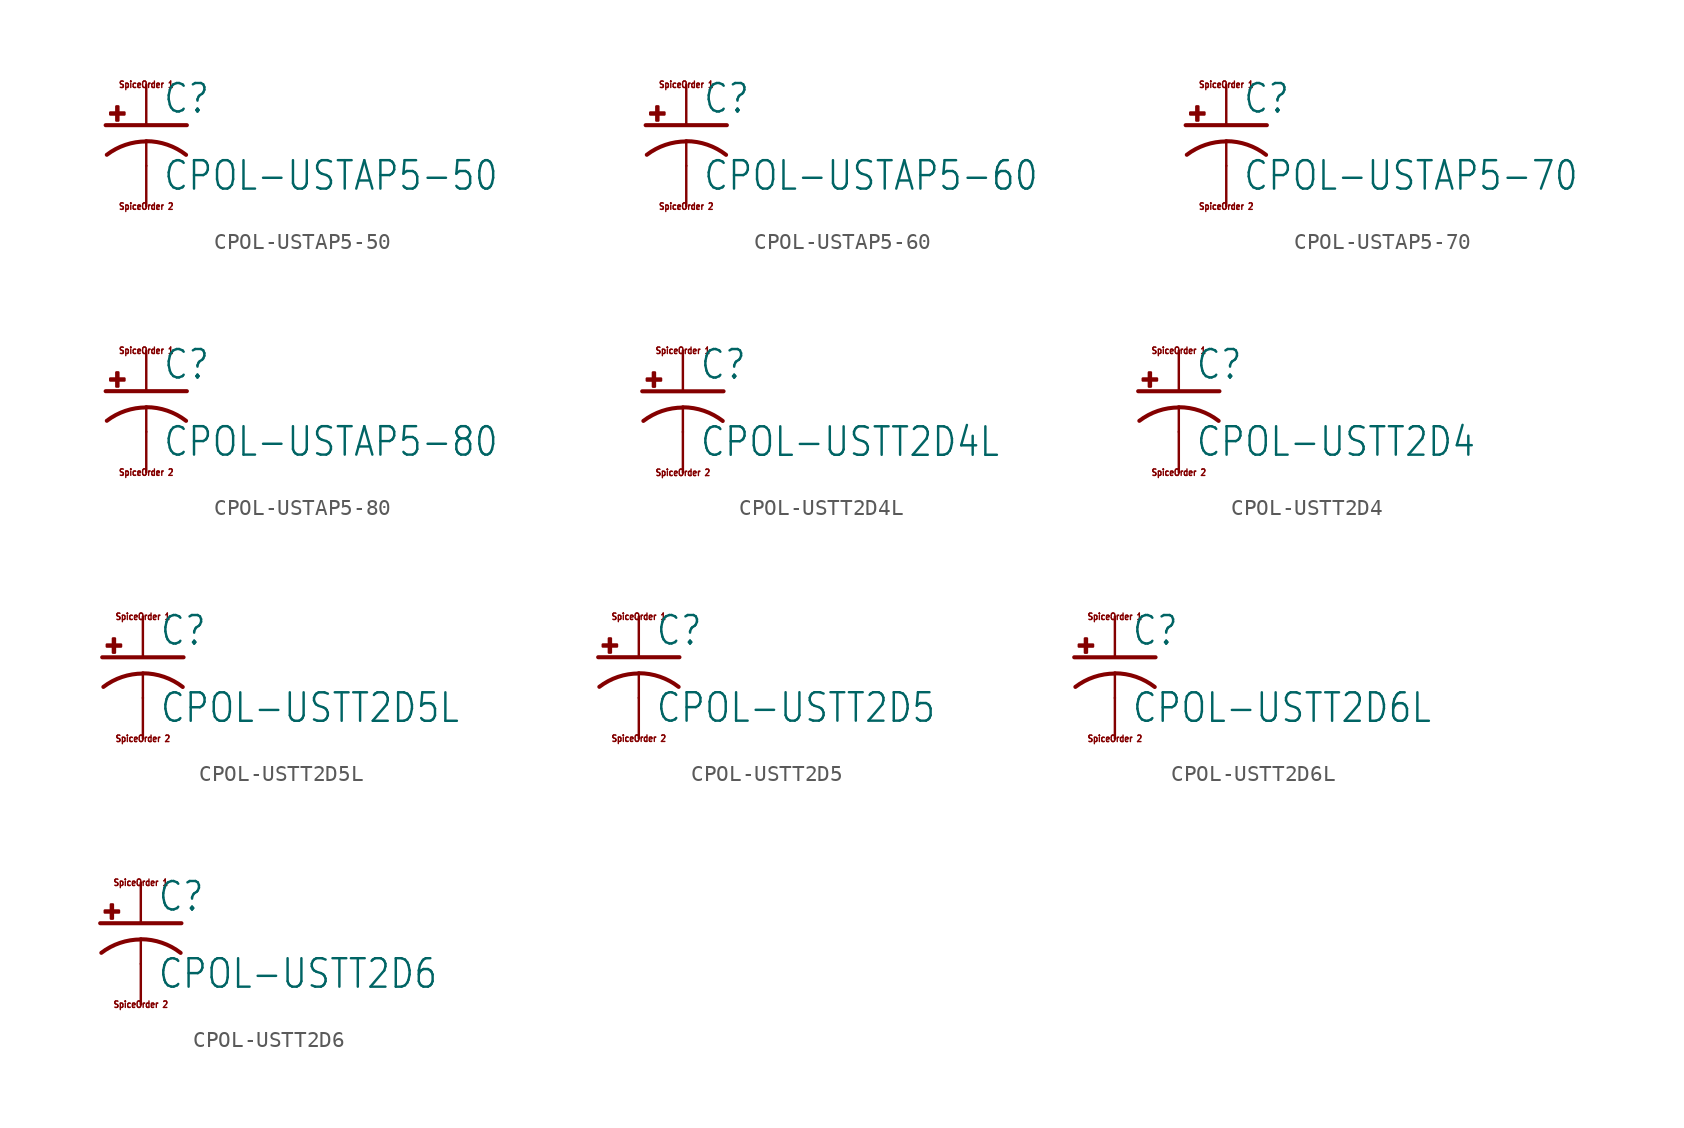
<source format=kicad_sym>
(kicad_symbol_lib
  (version 20211014)
  (generator kicad_symbol_editor)
  (symbol "CPOL-USTAP5-50"
    (property "Reference" "C"
      (at 1.016 0.635 0)
      (effects (font (size 1.778 1.511)) (justify left bottom)))
    (property "Value" "CPOL-USTAP5-50"
      (at 1.016 -4.191 0)
      (effects (font (size 1.778 1.511)) (justify left bottom)))
    (property "ki_locked" ""
      (at 0 0 0)
      (effects (font (size 1.27 1.27))))
    (symbol "CPOL-USTAP5-50_1_0"
      (rectangle (start -2.253 0.668) (end -1.364 0.795) (stroke (width 0) (type default) (color 0 0 0 0)) (fill (type outline)))
      (rectangle (start -1.872 0.287) (end -1.745 1.176) (stroke (width 0) (type default) (color 0 0 0 0)) (fill (type outline)))
      (arc (start 0 -1.0161) (mid -1.3021 -1.2302) (end -2.4669 -1.8504) (stroke (width 0.254) (type default) (color 0 0 0 0)) (fill (type none)))
      (polyline (pts (xy -2.54 0) (xy 2.54 0)) (stroke (width 0.254) (type default) (color 0 0 0 0)) (fill (type none)))
      (polyline (pts (xy 0 -1.016) (xy 0 -2.54)) (stroke (width 0.152) (type default) (color 0 0 0 0)) (fill (type none)))
      (arc (start 2.4892 -1.8542) (mid 1.3158 -1.2195) (end 0 -1) (stroke (width 0.254) (type default) (color 0 0 0 0)) (fill (type none)))
      (text "SpiceOrder 1" (at 0 2.54 0) (effects (font (size 0.406 0.345))))
      (text "SpiceOrder 2" (at 0 -5.08 0) (effects (font (size 0.406 0.345))))
      (pin passive line (at 0 2.54 270) (length 2.54) (name "+" (effects (font (size 0 0)))) (number "+" (effects (font (size 0 0)))))
      (pin passive line (at 0 -5.08 90) (length 2.54) (name "-" (effects (font (size 0 0)))) (number "-" (effects (font (size 0 0)))))))
  (symbol "CPOL-USTAP5-60"
    (property "Reference" "C"
      (at 1.016 0.635 0)
      (effects (font (size 1.778 1.511)) (justify left bottom)))
    (property "Value" "CPOL-USTAP5-60"
      (at 1.016 -4.191 0)
      (effects (font (size 1.778 1.511)) (justify left bottom)))
    (property "ki_locked" ""
      (at 0 0 0)
      (effects (font (size 1.27 1.27))))
    (symbol "CPOL-USTAP5-60_1_0"
      (rectangle (start -2.253 0.668) (end -1.364 0.795) (stroke (width 0) (type default) (color 0 0 0 0)) (fill (type outline)))
      (rectangle (start -1.872 0.287) (end -1.745 1.176) (stroke (width 0) (type default) (color 0 0 0 0)) (fill (type outline)))
      (arc (start 0 -1.0161) (mid -1.3021 -1.2302) (end -2.4669 -1.8504) (stroke (width 0.254) (type default) (color 0 0 0 0)) (fill (type none)))
      (polyline (pts (xy -2.54 0) (xy 2.54 0)) (stroke (width 0.254) (type default) (color 0 0 0 0)) (fill (type none)))
      (polyline (pts (xy 0 -1.016) (xy 0 -2.54)) (stroke (width 0.152) (type default) (color 0 0 0 0)) (fill (type none)))
      (arc (start 2.4892 -1.8542) (mid 1.3158 -1.2195) (end 0 -1) (stroke (width 0.254) (type default) (color 0 0 0 0)) (fill (type none)))
      (text "SpiceOrder 1" (at 0 2.54 0) (effects (font (size 0.406 0.345))))
      (text "SpiceOrder 2" (at 0 -5.08 0) (effects (font (size 0.406 0.345))))
      (pin passive line (at 0 2.54 270) (length 2.54) (name "+" (effects (font (size 0 0)))) (number "+" (effects (font (size 0 0)))))
      (pin passive line (at 0 -5.08 90) (length 2.54) (name "-" (effects (font (size 0 0)))) (number "-" (effects (font (size 0 0)))))))
  (symbol "CPOL-USTAP5-70"
    (property "Reference" "C"
      (at 1.016 0.635 0)
      (effects (font (size 1.778 1.511)) (justify left bottom)))
    (property "Value" "CPOL-USTAP5-70"
      (at 1.016 -4.191 0)
      (effects (font (size 1.778 1.511)) (justify left bottom)))
    (property "ki_locked" ""
      (at 0 0 0)
      (effects (font (size 1.27 1.27))))
    (symbol "CPOL-USTAP5-70_1_0"
      (rectangle (start -2.253 0.668) (end -1.364 0.795) (stroke (width 0) (type default) (color 0 0 0 0)) (fill (type outline)))
      (rectangle (start -1.872 0.287) (end -1.745 1.176) (stroke (width 0) (type default) (color 0 0 0 0)) (fill (type outline)))
      (arc (start 0 -1.0161) (mid -1.3021 -1.2302) (end -2.4669 -1.8504) (stroke (width 0.254) (type default) (color 0 0 0 0)) (fill (type none)))
      (polyline (pts (xy -2.54 0) (xy 2.54 0)) (stroke (width 0.254) (type default) (color 0 0 0 0)) (fill (type none)))
      (polyline (pts (xy 0 -1.016) (xy 0 -2.54)) (stroke (width 0.152) (type default) (color 0 0 0 0)) (fill (type none)))
      (arc (start 2.4892 -1.8542) (mid 1.3158 -1.2195) (end 0 -1) (stroke (width 0.254) (type default) (color 0 0 0 0)) (fill (type none)))
      (text "SpiceOrder 1" (at 0 2.54 0) (effects (font (size 0.406 0.345))))
      (text "SpiceOrder 2" (at 0 -5.08 0) (effects (font (size 0.406 0.345))))
      (pin passive line (at 0 2.54 270) (length 2.54) (name "+" (effects (font (size 0 0)))) (number "+" (effects (font (size 0 0)))))
      (pin passive line (at 0 -5.08 90) (length 2.54) (name "-" (effects (font (size 0 0)))) (number "-" (effects (font (size 0 0)))))))
  (symbol "CPOL-USTAP5-80"
    (property "Reference" "C"
      (at 1.016 0.635 0)
      (effects (font (size 1.778 1.511)) (justify left bottom)))
    (property "Value" "CPOL-USTAP5-80"
      (at 1.016 -4.191 0)
      (effects (font (size 1.778 1.511)) (justify left bottom)))
    (property "ki_locked" ""
      (at 0 0 0)
      (effects (font (size 1.27 1.27))))
    (symbol "CPOL-USTAP5-80_1_0"
      (rectangle (start -2.253 0.668) (end -1.364 0.795) (stroke (width 0) (type default) (color 0 0 0 0)) (fill (type outline)))
      (rectangle (start -1.872 0.287) (end -1.745 1.176) (stroke (width 0) (type default) (color 0 0 0 0)) (fill (type outline)))
      (arc (start 0 -1.0161) (mid -1.3021 -1.2302) (end -2.4669 -1.8504) (stroke (width 0.254) (type default) (color 0 0 0 0)) (fill (type none)))
      (polyline (pts (xy -2.54 0) (xy 2.54 0)) (stroke (width 0.254) (type default) (color 0 0 0 0)) (fill (type none)))
      (polyline (pts (xy 0 -1.016) (xy 0 -2.54)) (stroke (width 0.152) (type default) (color 0 0 0 0)) (fill (type none)))
      (arc (start 2.4892 -1.8542) (mid 1.3158 -1.2195) (end 0 -1) (stroke (width 0.254) (type default) (color 0 0 0 0)) (fill (type none)))
      (text "SpiceOrder 1" (at 0 2.54 0) (effects (font (size 0.406 0.345))))
      (text "SpiceOrder 2" (at 0 -5.08 0) (effects (font (size 0.406 0.345))))
      (pin passive line (at 0 2.54 270) (length 2.54) (name "+" (effects (font (size 0 0)))) (number "+" (effects (font (size 0 0)))))
      (pin passive line (at 0 -5.08 90) (length 2.54) (name "-" (effects (font (size 0 0)))) (number "-" (effects (font (size 0 0)))))))
  (symbol "CPOL-USTT2D4L"
    (property "Reference" "C"
      (at 1.016 0.635 0)
      (effects (font (size 1.778 1.511)) (justify left bottom)))
    (property "Value" "CPOL-USTT2D4L"
      (at 1.016 -4.191 0)
      (effects (font (size 1.778 1.511)) (justify left bottom)))
    (property "ki_locked" ""
      (at 0 0 0)
      (effects (font (size 1.27 1.27))))
    (symbol "CPOL-USTT2D4L_1_0"
      (rectangle (start -2.253 0.668) (end -1.364 0.795) (stroke (width 0) (type default) (color 0 0 0 0)) (fill (type outline)))
      (rectangle (start -1.872 0.287) (end -1.745 1.176) (stroke (width 0) (type default) (color 0 0 0 0)) (fill (type outline)))
      (arc (start 0 -1.0161) (mid -1.3021 -1.2302) (end -2.4669 -1.8504) (stroke (width 0.254) (type default) (color 0 0 0 0)) (fill (type none)))
      (polyline (pts (xy -2.54 0) (xy 2.54 0)) (stroke (width 0.254) (type default) (color 0 0 0 0)) (fill (type none)))
      (polyline (pts (xy 0 -1.016) (xy 0 -2.54)) (stroke (width 0.152) (type default) (color 0 0 0 0)) (fill (type none)))
      (arc (start 2.4892 -1.8542) (mid 1.3158 -1.2195) (end 0 -1) (stroke (width 0.254) (type default) (color 0 0 0 0)) (fill (type none)))
      (text "SpiceOrder 1" (at 0 2.54 0) (effects (font (size 0.406 0.345))))
      (text "SpiceOrder 2" (at 0 -5.08 0) (effects (font (size 0.406 0.345))))
      (pin passive line (at 0 2.54 270) (length 2.54) (name "+" (effects (font (size 0 0)))) (number "+" (effects (font (size 0 0)))))
      (pin passive line (at 0 -5.08 90) (length 2.54) (name "-" (effects (font (size 0 0)))) (number "-" (effects (font (size 0 0)))))))
  (symbol "CPOL-USTT2D4"
    (property "Reference" "C"
      (at 1.016 0.635 0)
      (effects (font (size 1.778 1.511)) (justify left bottom)))
    (property "Value" "CPOL-USTT2D4"
      (at 1.016 -4.191 0)
      (effects (font (size 1.778 1.511)) (justify left bottom)))
    (property "ki_locked" ""
      (at 0 0 0)
      (effects (font (size 1.27 1.27))))
    (symbol "CPOL-USTT2D4_1_0"
      (rectangle (start -2.253 0.668) (end -1.364 0.795) (stroke (width 0) (type default) (color 0 0 0 0)) (fill (type outline)))
      (rectangle (start -1.872 0.287) (end -1.745 1.176) (stroke (width 0) (type default) (color 0 0 0 0)) (fill (type outline)))
      (arc (start 0 -1.0161) (mid -1.3021 -1.2302) (end -2.4669 -1.8504) (stroke (width 0.254) (type default) (color 0 0 0 0)) (fill (type none)))
      (polyline (pts (xy -2.54 0) (xy 2.54 0)) (stroke (width 0.254) (type default) (color 0 0 0 0)) (fill (type none)))
      (polyline (pts (xy 0 -1.016) (xy 0 -2.54)) (stroke (width 0.152) (type default) (color 0 0 0 0)) (fill (type none)))
      (arc (start 2.4892 -1.8542) (mid 1.3158 -1.2195) (end 0 -1) (stroke (width 0.254) (type default) (color 0 0 0 0)) (fill (type none)))
      (text "SpiceOrder 1" (at 0 2.54 0) (effects (font (size 0.406 0.345))))
      (text "SpiceOrder 2" (at 0 -5.08 0) (effects (font (size 0.406 0.345))))
      (pin passive line (at 0 2.54 270) (length 2.54) (name "+" (effects (font (size 0 0)))) (number "+" (effects (font (size 0 0)))))
      (pin passive line (at 0 -5.08 90) (length 2.54) (name "-" (effects (font (size 0 0)))) (number "-" (effects (font (size 0 0)))))))
  (symbol "CPOL-USTT2D5L"
    (property "Reference" "C"
      (at 1.016 0.635 0)
      (effects (font (size 1.778 1.511)) (justify left bottom)))
    (property "Value" "CPOL-USTT2D5L"
      (at 1.016 -4.191 0)
      (effects (font (size 1.778 1.511)) (justify left bottom)))
    (property "ki_locked" ""
      (at 0 0 0)
      (effects (font (size 1.27 1.27))))
    (symbol "CPOL-USTT2D5L_1_0"
      (rectangle (start -2.253 0.668) (end -1.364 0.795) (stroke (width 0) (type default) (color 0 0 0 0)) (fill (type outline)))
      (rectangle (start -1.872 0.287) (end -1.745 1.176) (stroke (width 0) (type default) (color 0 0 0 0)) (fill (type outline)))
      (arc (start 0 -1.0161) (mid -1.3021 -1.2302) (end -2.4669 -1.8504) (stroke (width 0.254) (type default) (color 0 0 0 0)) (fill (type none)))
      (polyline (pts (xy -2.54 0) (xy 2.54 0)) (stroke (width 0.254) (type default) (color 0 0 0 0)) (fill (type none)))
      (polyline (pts (xy 0 -1.016) (xy 0 -2.54)) (stroke (width 0.152) (type default) (color 0 0 0 0)) (fill (type none)))
      (arc (start 2.4892 -1.8542) (mid 1.3158 -1.2195) (end 0 -1) (stroke (width 0.254) (type default) (color 0 0 0 0)) (fill (type none)))
      (text "SpiceOrder 1" (at 0 2.54 0) (effects (font (size 0.406 0.345))))
      (text "SpiceOrder 2" (at 0 -5.08 0) (effects (font (size 0.406 0.345))))
      (pin passive line (at 0 2.54 270) (length 2.54) (name "+" (effects (font (size 0 0)))) (number "+" (effects (font (size 0 0)))))
      (pin passive line (at 0 -5.08 90) (length 2.54) (name "-" (effects (font (size 0 0)))) (number "-" (effects (font (size 0 0)))))))
  (symbol "CPOL-USTT2D5"
    (property "Reference" "C"
      (at 1.016 0.635 0)
      (effects (font (size 1.778 1.511)) (justify left bottom)))
    (property "Value" "CPOL-USTT2D5"
      (at 1.016 -4.191 0)
      (effects (font (size 1.778 1.511)) (justify left bottom)))
    (property "ki_locked" ""
      (at 0 0 0)
      (effects (font (size 1.27 1.27))))
    (symbol "CPOL-USTT2D5_1_0"
      (rectangle (start -2.253 0.668) (end -1.364 0.795) (stroke (width 0) (type default) (color 0 0 0 0)) (fill (type outline)))
      (rectangle (start -1.872 0.287) (end -1.745 1.176) (stroke (width 0) (type default) (color 0 0 0 0)) (fill (type outline)))
      (arc (start 0 -1.0161) (mid -1.3021 -1.2302) (end -2.4669 -1.8504) (stroke (width 0.254) (type default) (color 0 0 0 0)) (fill (type none)))
      (polyline (pts (xy -2.54 0) (xy 2.54 0)) (stroke (width 0.254) (type default) (color 0 0 0 0)) (fill (type none)))
      (polyline (pts (xy 0 -1.016) (xy 0 -2.54)) (stroke (width 0.152) (type default) (color 0 0 0 0)) (fill (type none)))
      (arc (start 2.4892 -1.8542) (mid 1.3158 -1.2195) (end 0 -1) (stroke (width 0.254) (type default) (color 0 0 0 0)) (fill (type none)))
      (text "SpiceOrder 1" (at 0 2.54 0) (effects (font (size 0.406 0.345))))
      (text "SpiceOrder 2" (at 0 -5.08 0) (effects (font (size 0.406 0.345))))
      (pin passive line (at 0 2.54 270) (length 2.54) (name "+" (effects (font (size 0 0)))) (number "+" (effects (font (size 0 0)))))
      (pin passive line (at 0 -5.08 90) (length 2.54) (name "-" (effects (font (size 0 0)))) (number "-" (effects (font (size 0 0)))))))
  (symbol "CPOL-USTT2D6L"
    (property "Reference" "C"
      (at 1.016 0.635 0)
      (effects (font (size 1.778 1.511)) (justify left bottom)))
    (property "Value" "CPOL-USTT2D6L"
      (at 1.016 -4.191 0)
      (effects (font (size 1.778 1.511)) (justify left bottom)))
    (property "ki_locked" ""
      (at 0 0 0)
      (effects (font (size 1.27 1.27))))
    (symbol "CPOL-USTT2D6L_1_0"
      (rectangle (start -2.253 0.668) (end -1.364 0.795) (stroke (width 0) (type default) (color 0 0 0 0)) (fill (type outline)))
      (rectangle (start -1.872 0.287) (end -1.745 1.176) (stroke (width 0) (type default) (color 0 0 0 0)) (fill (type outline)))
      (arc (start 0 -1.0161) (mid -1.3021 -1.2302) (end -2.4669 -1.8504) (stroke (width 0.254) (type default) (color 0 0 0 0)) (fill (type none)))
      (polyline (pts (xy -2.54 0) (xy 2.54 0)) (stroke (width 0.254) (type default) (color 0 0 0 0)) (fill (type none)))
      (polyline (pts (xy 0 -1.016) (xy 0 -2.54)) (stroke (width 0.152) (type default) (color 0 0 0 0)) (fill (type none)))
      (arc (start 2.4892 -1.8542) (mid 1.3158 -1.2195) (end 0 -1) (stroke (width 0.254) (type default) (color 0 0 0 0)) (fill (type none)))
      (text "SpiceOrder 1" (at 0 2.54 0) (effects (font (size 0.406 0.345))))
      (text "SpiceOrder 2" (at 0 -5.08 0) (effects (font (size 0.406 0.345))))
      (pin passive line (at 0 2.54 270) (length 2.54) (name "+" (effects (font (size 0 0)))) (number "+" (effects (font (size 0 0)))))
      (pin passive line (at 0 -5.08 90) (length 2.54) (name "-" (effects (font (size 0 0)))) (number "-" (effects (font (size 0 0)))))))
  (symbol "CPOL-USTT2D6"
    (property "Reference" "C"
      (at 1.016 0.635 0)
      (effects (font (size 1.778 1.511)) (justify left bottom)))
    (property "Value" "CPOL-USTT2D6"
      (at 1.016 -4.191 0)
      (effects (font (size 1.778 1.511)) (justify left bottom)))
    (property "ki_locked" ""
      (at 0 0 0)
      (effects (font (size 1.27 1.27))))
    (symbol "CPOL-USTT2D6_1_0"
      (rectangle (start -2.253 0.668) (end -1.364 0.795) (stroke (width 0) (type default) (color 0 0 0 0)) (fill (type outline)))
      (rectangle (start -1.872 0.287) (end -1.745 1.176) (stroke (width 0) (type default) (color 0 0 0 0)) (fill (type outline)))
      (arc (start 0 -1.0161) (mid -1.3021 -1.2302) (end -2.4669 -1.8504) (stroke (width 0.254) (type default) (color 0 0 0 0)) (fill (type none)))
      (polyline (pts (xy -2.54 0) (xy 2.54 0)) (stroke (width 0.254) (type default) (color 0 0 0 0)) (fill (type none)))
      (polyline (pts (xy 0 -1.016) (xy 0 -2.54)) (stroke (width 0.152) (type default) (color 0 0 0 0)) (fill (type none)))
      (arc (start 2.4892 -1.8542) (mid 1.3158 -1.2195) (end 0 -1) (stroke (width 0.254) (type default) (color 0 0 0 0)) (fill (type none)))
      (text "SpiceOrder 1" (at 0 2.54 0) (effects (font (size 0.406 0.345))))
      (text "SpiceOrder 2" (at 0 -5.08 0) (effects (font (size 0.406 0.345))))
      (pin passive line (at 0 2.54 270) (length 2.54) (name "+" (effects (font (size 0 0)))) (number "+" (effects (font (size 0 0)))))
      (pin passive line (at 0 -5.08 90) (length 2.54) (name "-" (effects (font (size 0 0)))) (number "-" (effects (font (size 0 0))))))))
</source>
